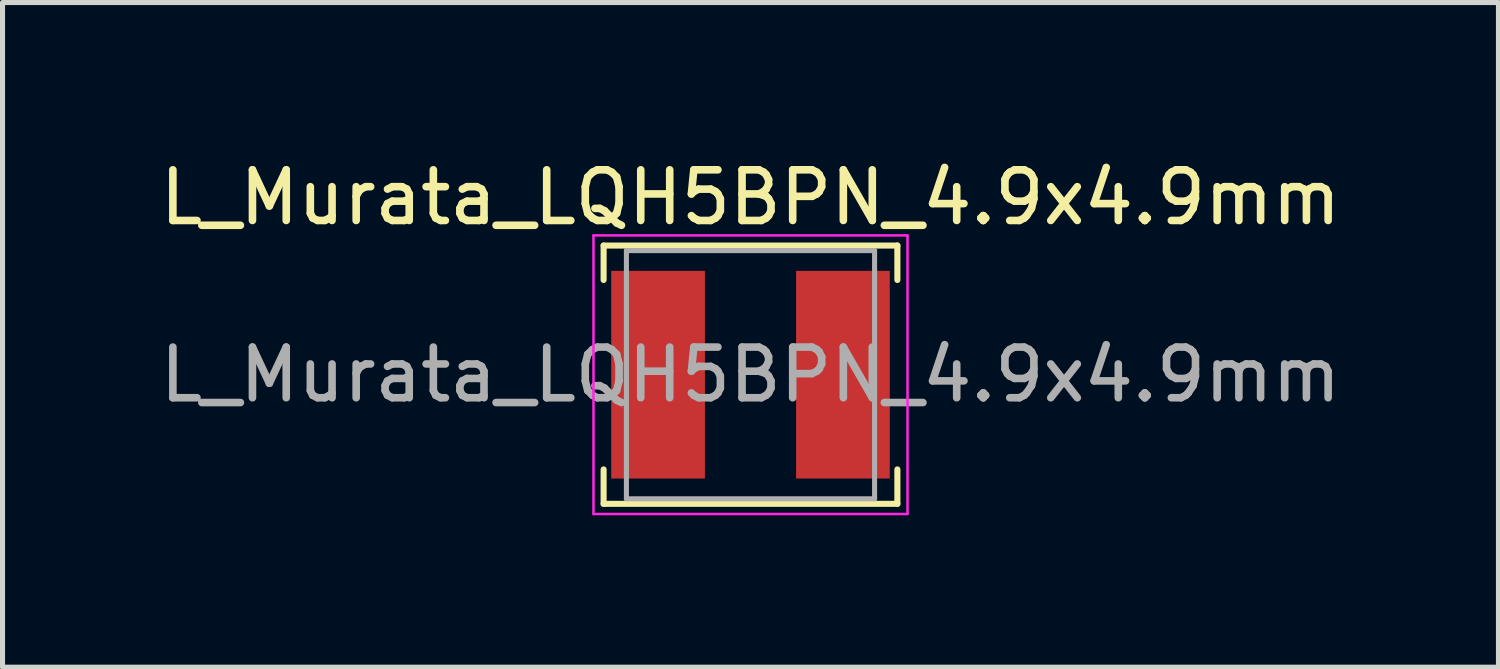
<source format=kicad_pcb>
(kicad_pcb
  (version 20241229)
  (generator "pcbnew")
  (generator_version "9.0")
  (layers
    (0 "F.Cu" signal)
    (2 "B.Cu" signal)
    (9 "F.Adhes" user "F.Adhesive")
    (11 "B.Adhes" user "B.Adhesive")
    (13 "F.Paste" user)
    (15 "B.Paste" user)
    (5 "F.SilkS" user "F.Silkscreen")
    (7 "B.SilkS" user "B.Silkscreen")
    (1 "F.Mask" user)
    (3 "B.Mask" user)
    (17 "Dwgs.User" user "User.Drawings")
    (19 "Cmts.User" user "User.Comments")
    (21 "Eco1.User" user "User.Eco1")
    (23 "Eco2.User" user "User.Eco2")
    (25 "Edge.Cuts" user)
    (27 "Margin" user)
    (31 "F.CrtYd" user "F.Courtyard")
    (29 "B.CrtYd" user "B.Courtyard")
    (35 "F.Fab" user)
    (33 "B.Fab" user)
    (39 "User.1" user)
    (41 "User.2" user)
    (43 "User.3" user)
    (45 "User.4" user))
  (footprint "L_Murata_LQH5BPN_4.9x4.9mm"
    (layer "F.Cu")
    (at 11.768 4.348)
    (property "Reference" "L_Murata_LQH5BPN_4.9x4.9mm" (at 0 -3.5 0) (layer "F.SilkS") (effects (font (size 1 1) (thickness 0.15))))
    (attr smd)
    (fp_line (start -2.9 -2.55) (end -2.9 -1.87) (stroke (width 0.12) (type solid)) (layer "F.SilkS"))
    (fp_line (start -2.9 -2.55) (end 2.9 -2.55) (stroke (width 0.12) (type solid)) (layer "F.SilkS"))
    (fp_line (start -2.9 1.87) (end -2.9 2.55) (stroke (width 0.12) (type solid)) (layer "F.SilkS"))
    (fp_line (start -2.9 2.55) (end 2.9 2.55) (stroke (width 0.12) (type solid)) (layer "F.SilkS"))
    (fp_line (start 2.9 -2.55) (end 2.9 -1.87) (stroke (width 0.12) (type solid)) (layer "F.SilkS"))
    (fp_line (start 2.9 1.87) (end 2.9 2.55) (stroke (width 0.12) (type solid)) (layer "F.SilkS"))
    (fp_line (start -3.1 -2.75) (end -3.1 2.75) (stroke (width 0.05) (type solid)) (layer "F.CrtYd"))
    (fp_line (start -3.1 2.75) (end 3.1 2.75) (stroke (width 0.05) (type solid)) (layer "F.CrtYd"))
    (fp_line (start 3.1 -2.75) (end -3.1 -2.75) (stroke (width 0.05) (type solid)) (layer "F.CrtYd"))
    (fp_line (start 3.1 2.75) (end 3.1 -2.75) (stroke (width 0.05) (type solid)) (layer "F.CrtYd"))
    (fp_line (start -2.45 -2.45) (end -2.45 2.45) (stroke (width 0.1) (type solid)) (layer "F.Fab"))
    (fp_line (start -2.45 -2.45) (end 2.45 -2.45) (stroke (width 0.1) (type solid)) (layer "F.Fab"))
    (fp_line (start -2.45 2.45) (end 2.45 2.45) (stroke (width 0.1) (type solid)) (layer "F.Fab"))
    (fp_line (start 2.45 -2.45) (end 2.45 2.45) (stroke (width 0.1) (type solid)) (layer "F.Fab"))
    (fp_text user "${REFERENCE}" (at 0 0 0) (layer "F.Fab") (effects (font (size 1 1) (thickness 0.15))))
    (pad "1" smd rect (at -1.825 0) (size 1.85 4.1) (layers "F.Cu" "F.Mask" "F.Paste"))
    (pad "2" smd rect (at 1.825 0) (size 1.85 4.1) (layers "F.Cu" "F.Mask" "F.Paste")))
  (gr_rect
    (start -3 -3)
    (end 26.536 10.123)
    (stroke (width 0.1) (type default))
    (fill no)
    (layer "Edge.Cuts")))
</source>
